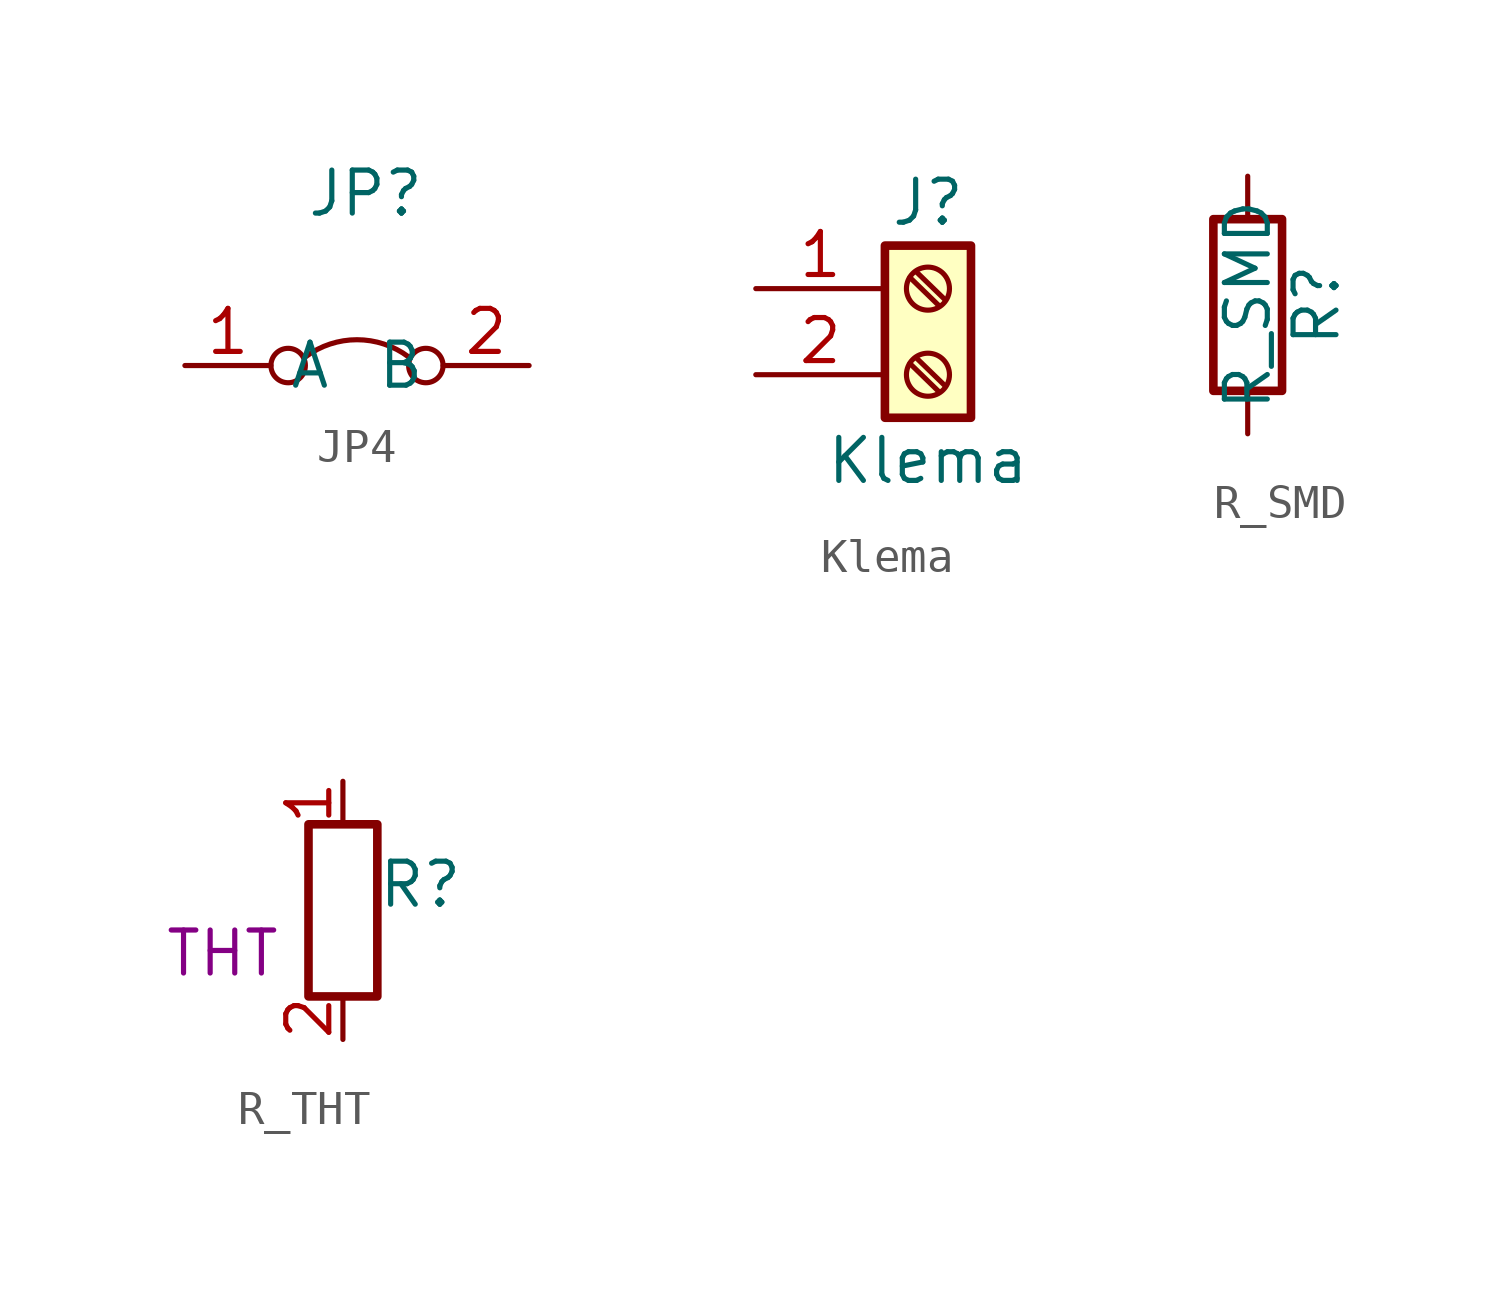
<source format=kicad_sym>
(kicad_symbol_lib
  (version 20241209)
  (generator "kicad_symbol_editor")
  (generator_version "9.0")
  (symbol "JP4"
    (property "Reference" "JP"
      (at 0.254 5.08 0)
      (effects (font (size 1.27 1.27))))
    (property "Value" ""
      (at 0 0 0)
      (effects (font (size 1.27 1.27))))
    (symbol "JP4_0_0"
      (circle (center -2.032 0) (radius 0.508) (stroke (width 0) (type default)) (fill (type none)))
      (circle (center 2.032 0) (radius 0.508) (stroke (width 0) (type default)) (fill (type none))))
    (symbol "JP4_0_1"
      (arc (start -1.524 0.254) (mid 0 0.762) (end 1.524 0.254) (stroke (width 0) (type default)) (fill (type none))))
    (symbol "JP4_1_1"
      (pin passive line (at -5.08 0 0) (length 2.54) (name "A" (effects (font (size 1.27 1.27)))) (number "1" (effects (font (size 1.27 1.27)))))
      (pin passive line (at 5.08 0 180) (length 2.54) (name "B" (effects (font (size 1.27 1.27)))) (number "2" (effects (font (size 1.27 1.27)))))))
  (symbol "Klema"
    (pin_names
      (offset 1.016)
      (hide yes))
    (property "Reference" "J"
      (at 0 2.54 0)
      (effects (font (size 1.27 1.27))))
    (property "Value" "Klema"
      (at 0 -5.08 0)
      (effects (font (size 1.27 1.27))))
    (symbol "Klema_1_1"
      (rectangle (start -1.27 1.27) (end 1.27 -3.81) (stroke (width 0.254) (type default)) (fill (type background)))
      (polyline (pts (xy -0.533 0.33) (xy 0.33 -0.508)) (stroke (width 0.152) (type default)) (fill (type none)))
      (polyline (pts (xy -0.533 -2.21) (xy 0.33 -3.048)) (stroke (width 0.152) (type default)) (fill (type none)))
      (polyline (pts (xy -0.356 0.508) (xy 0.508 -0.33)) (stroke (width 0.152) (type default)) (fill (type none)))
      (polyline (pts (xy -0.356 -2.032) (xy 0.508 -2.87)) (stroke (width 0.152) (type default)) (fill (type none)))
      (circle (center 0 0) (radius 0.635) (stroke (width 0.152) (type default)) (fill (type none)))
      (circle (center 0 -2.54) (radius 0.635) (stroke (width 0.152) (type default)) (fill (type none)))
      (pin passive line (at -5.08 0 0) (length 3.81) (name "Pin_1" (effects (font (size 1.27 1.27)))) (number "1" (effects (font (size 1.27 1.27)))))
      (pin passive line (at -5.08 -2.54 0) (length 3.81) (name "Pin_2" (effects (font (size 1.27 1.27)))) (number "2" (effects (font (size 1.27 1.27)))))))
  (symbol "R_SMD"
    (pin_numbers
      (hide yes))
    (pin_names
      (offset 0))
    (property "Reference" "R"
      (at 2.032 0 90)
      (effects (font (size 1.27 1.27))))
    (property "Value" "R_SMD"
      (at 0 0 90)
      (effects (font (size 1.27 1.27))))
    (symbol "R_SMD_0_1"
      (rectangle (start -1.016 -2.54) (end 1.016 2.54) (stroke (width 0.254) (type default)) (fill (type none))))
    (symbol "R_SMD_1_1"
      (pin passive line (at 0 3.81 270) (length 1.27) (name "~" (effects (font (size 1.27 1.27)))) (number "1" (effects (font (size 1.27 1.27)))))
      (pin passive line (at 0 -3.81 90) (length 1.27) (name "~" (effects (font (size 1.27 1.27)))) (number "2" (effects (font (size 1.27 1.27)))))))
  (symbol "R_THT"
    (property "Reference" "R"
      (at 2.286 0.762 0)
      (effects (font (size 1.27 1.27))))
    (property "Value" ""
      (at 2.54 -1.524 0)
      (effects (font (size 1.27 1.27))))
    (property "Size" "THT"
      (at -3.556 -1.27 0)
      (effects (font (size 1.27 1.27))))
    (symbol "R_THT_0_1"
      (rectangle (start -1.016 2.54) (end 1.016 -2.54) (stroke (width 0.254) (type default)) (fill (type none))))
    (symbol "R_THT_1_1"
      (pin passive line (at 0 3.81 270) (length 1.27) (name "~" (effects (font (size 1.27 1.27)))) (number "1" (effects (font (size 1.27 1.27)))))
      (pin passive line (at 0 -3.81 90) (length 1.27) (name "~" (effects (font (size 1.27 1.27)))) (number "2" (effects (font (size 1.27 1.27))))))))
</source>
